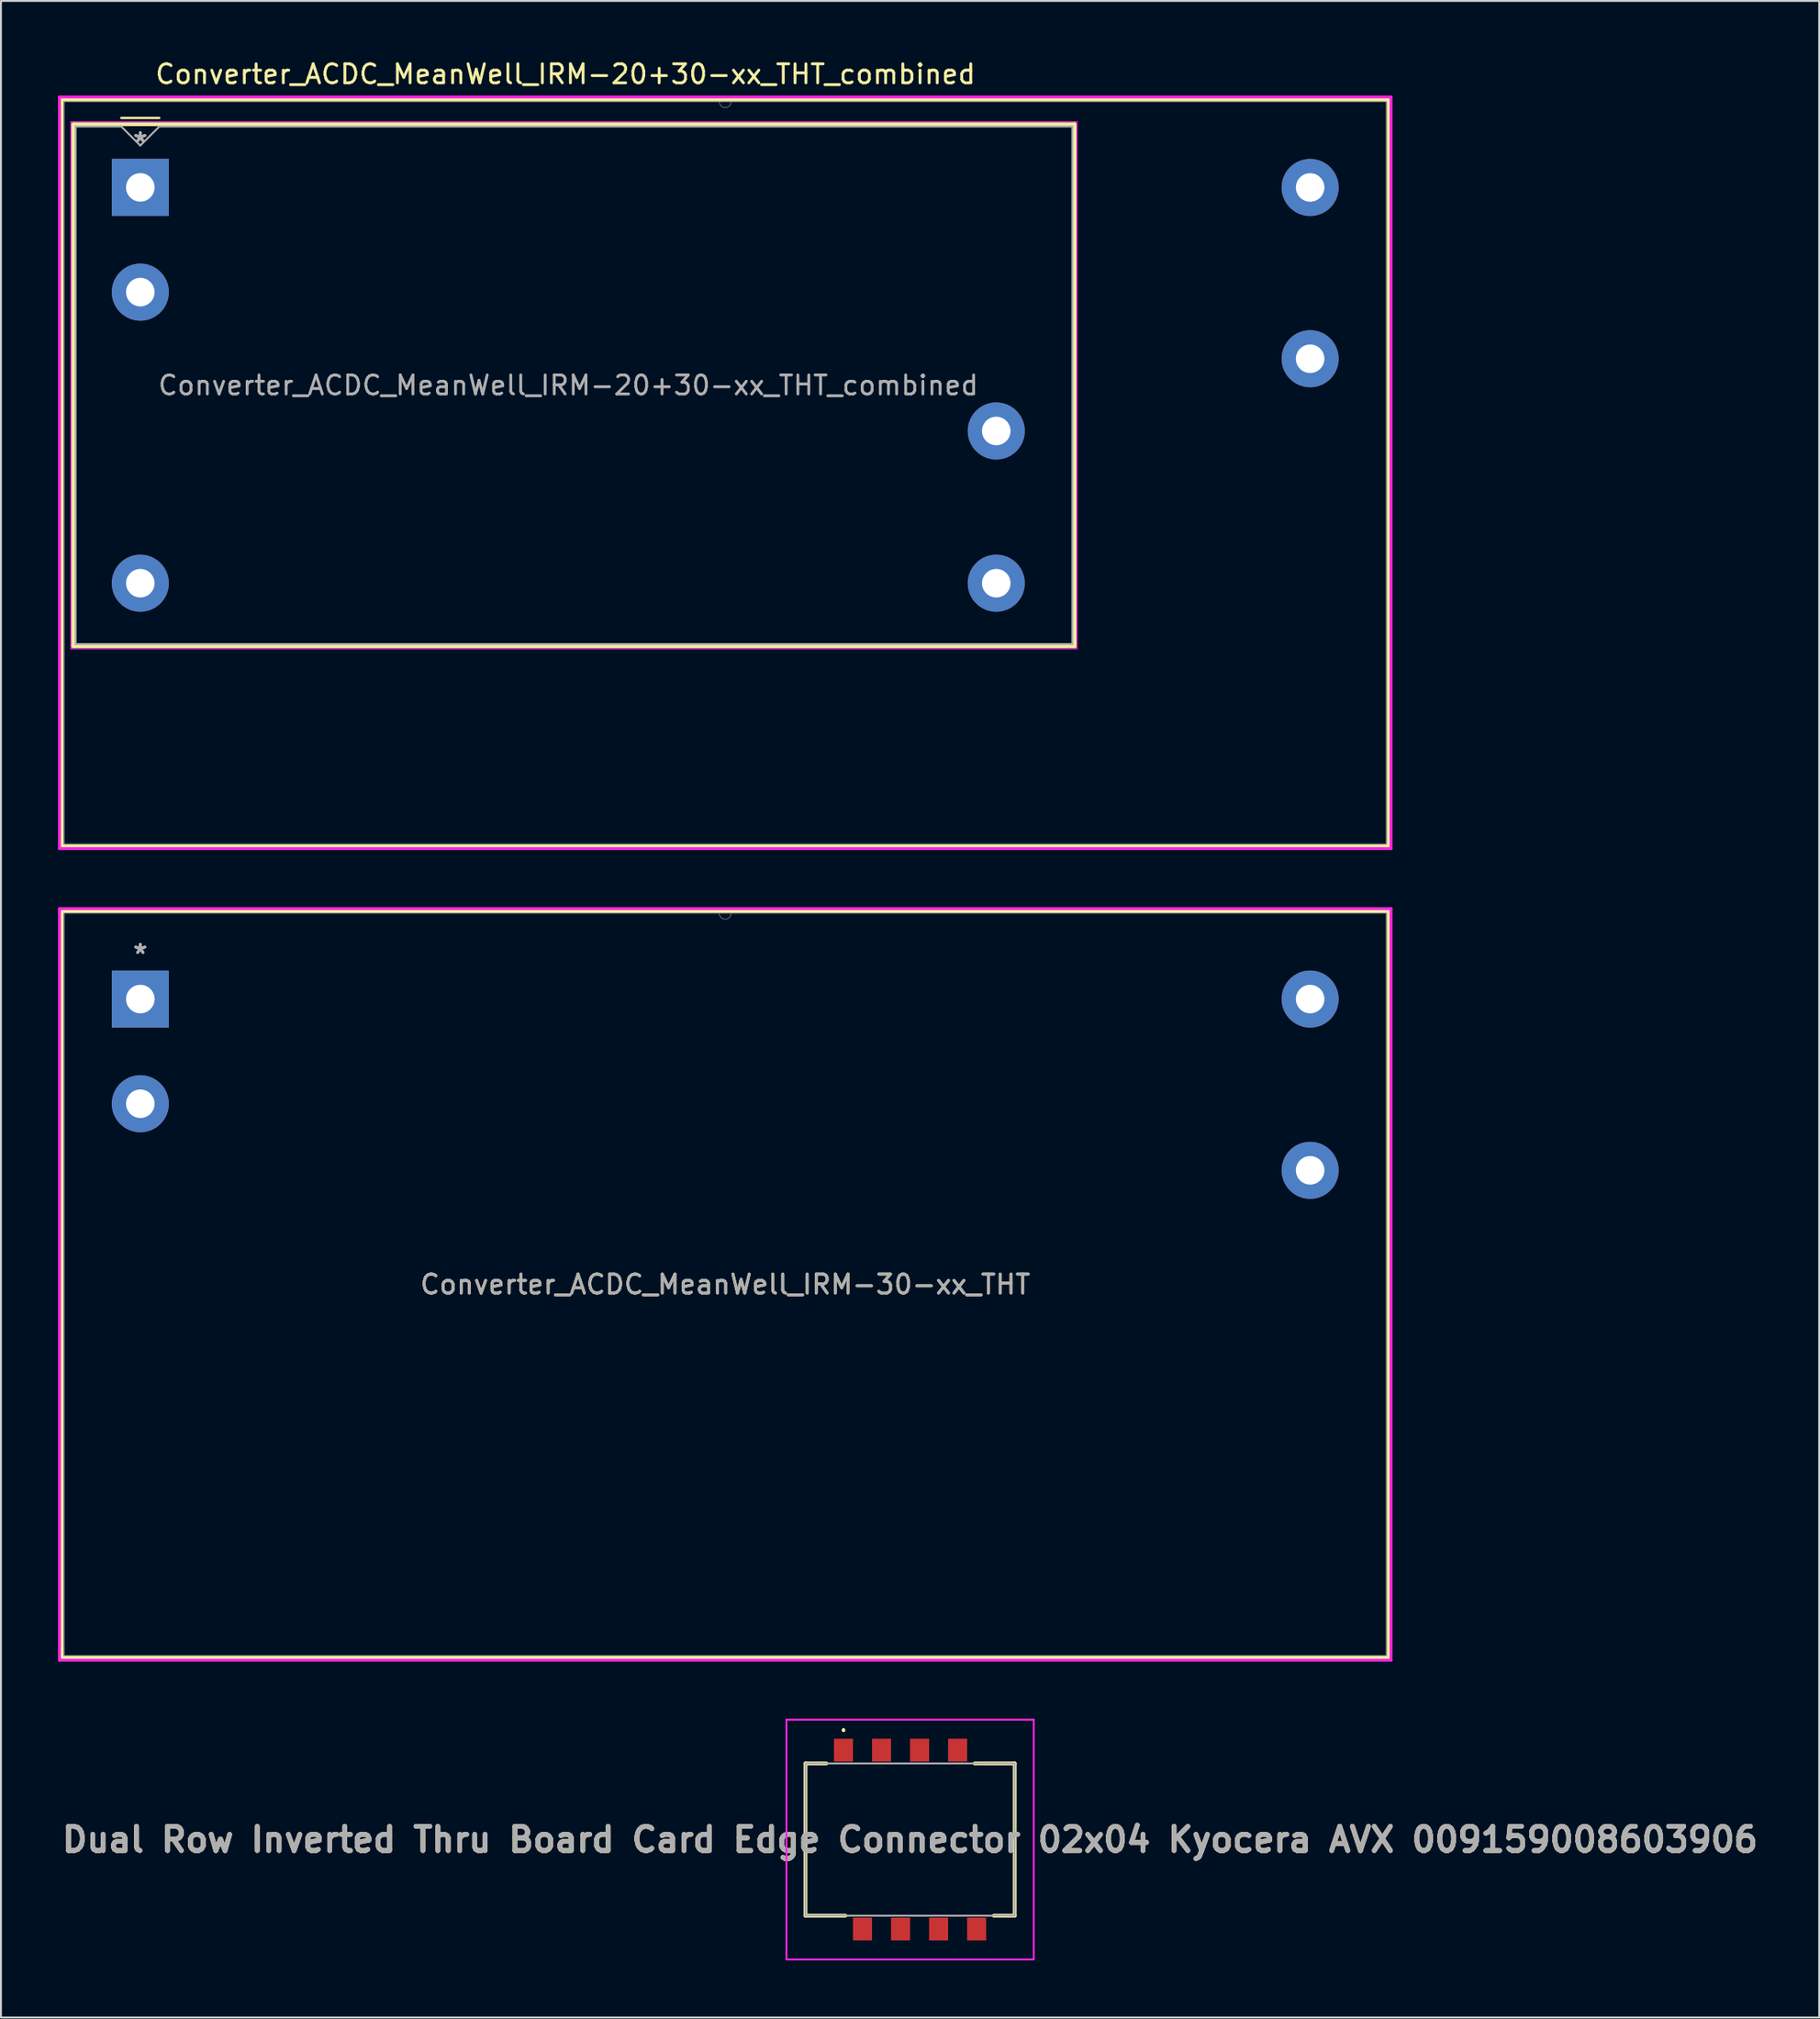
<source format=kicad_pcb>
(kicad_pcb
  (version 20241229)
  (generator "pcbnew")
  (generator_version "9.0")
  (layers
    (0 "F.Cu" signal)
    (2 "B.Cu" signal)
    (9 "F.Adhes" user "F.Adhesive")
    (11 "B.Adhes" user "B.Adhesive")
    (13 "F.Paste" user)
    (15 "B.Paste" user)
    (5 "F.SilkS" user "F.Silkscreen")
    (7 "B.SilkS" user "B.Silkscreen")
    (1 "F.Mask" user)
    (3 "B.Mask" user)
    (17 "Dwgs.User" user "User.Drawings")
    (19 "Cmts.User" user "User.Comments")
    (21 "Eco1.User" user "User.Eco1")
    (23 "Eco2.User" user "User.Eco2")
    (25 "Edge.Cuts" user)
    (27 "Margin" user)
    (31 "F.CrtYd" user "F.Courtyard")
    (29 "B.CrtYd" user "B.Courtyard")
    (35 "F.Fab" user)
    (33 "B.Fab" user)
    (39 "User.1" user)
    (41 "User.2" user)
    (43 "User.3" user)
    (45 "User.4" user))
  (footprint "Dual Row Inverted Thru Board Card Edge Connector 02x04 Kyocera AVX 009159008603906"
    (layer "F.Cu")
    (at 44.795 93.621)
    (property "Reference" "Dual Row Inverted Thru Board Card Edge Connector 02x04 Kyocera AVX 009159008603906" (at 0 0 0) (layer "F.SilkS") (effects (font (size 1.27 1.27) (thickness 0.254))))
    (attr smd)
    (fp_line (start -5.5 -4) (end -5.5 4) (stroke (width 0.2) (type solid)) (layer "F.SilkS"))
    (fp_line (start -5.5 4) (end -3.4 4) (stroke (width 0.2) (type solid)) (layer "F.SilkS"))
    (fp_line (start -4.4 -4) (end -5.5 -4) (stroke (width 0.2) (type solid)) (layer "F.SilkS"))
    (fp_line (start -3.5 -5.8) (end -3.5 -5.8) (stroke (width 0.1) (type solid)) (layer "F.SilkS"))
    (fp_line (start -3.5 -5.7) (end -3.5 -5.7) (stroke (width 0.1) (type solid)) (layer "F.SilkS"))
    (fp_line (start 4.4 4) (end 5.5 4) (stroke (width 0.2) (type solid)) (layer "F.SilkS"))
    (fp_line (start 5.5 -4) (end 3.4 -4) (stroke (width 0.2) (type solid)) (layer "F.SilkS"))
    (fp_line (start 5.5 4) (end 5.5 -4) (stroke (width 0.2) (type solid)) (layer "F.SilkS"))
    (fp_arc (start -3.5 -5.8) (mid -3.45 -5.75) (end -3.5 -5.7) (stroke (width 0.1) (type solid)) (layer "F.SilkS"))
    (fp_arc (start -3.5 -5.7) (mid -3.55 -5.75) (end -3.5 -5.8) (stroke (width 0.1) (type solid)) (layer "F.SilkS"))
    (fp_line (start -6.5 -6.3) (end 6.5 -6.3) (stroke (width 0.1) (type solid)) (layer "F.CrtYd"))
    (fp_line (start -6.5 6.3) (end -6.5 -6.3) (stroke (width 0.1) (type solid)) (layer "F.CrtYd"))
    (fp_line (start 6.5 -6.3) (end 6.5 6.3) (stroke (width 0.1) (type solid)) (layer "F.CrtYd"))
    (fp_line (start 6.5 6.3) (end -6.5 6.3) (stroke (width 0.1) (type solid)) (layer "F.CrtYd"))
    (fp_line (start -5.5 -4) (end 5.5 -4) (stroke (width 0.1) (type solid)) (layer "F.Fab"))
    (fp_line (start -5.5 4) (end -5.5 -4) (stroke (width 0.1) (type solid)) (layer "F.Fab"))
    (fp_line (start 5.5 -4) (end 5.5 4) (stroke (width 0.1) (type solid)) (layer "F.Fab"))
    (fp_line (start 5.5 4) (end -5.5 4) (stroke (width 0.1) (type solid)) (layer "F.Fab"))
    (fp_text user "${REFERENCE}" (at 0 0 0) (layer "F.Fab") (effects (font (size 1.27 1.27) (thickness 0.254))))
    (pad "1" smd rect (at -3.5 -4.7) (size 1 1.2) (layers "F.Cu" "F.Mask" "F.Paste"))
    (pad "2" smd rect (at -2.5 4.7) (size 1 1.2) (layers "F.Cu" "F.Mask" "F.Paste"))
    (pad "3" smd rect (at -1.5 -4.7) (size 1 1.2) (layers "F.Cu" "F.Mask" "F.Paste"))
    (pad "4" smd rect (at -0.5 4.7) (size 1 1.2) (layers "F.Cu" "F.Mask" "F.Paste"))
    (pad "5" smd rect (at 0.5 -4.7) (size 1 1.2) (layers "F.Cu" "F.Mask" "F.Paste"))
    (pad "6" smd rect (at 1.5 4.7) (size 1 1.2) (layers "F.Cu" "F.Mask" "F.Paste"))
    (pad "7" smd rect (at 2.5 -4.7) (size 1 1.2) (layers "F.Cu" "F.Mask" "F.Paste"))
    (pad "8" smd rect (at 3.5 4.7) (size 1 1.2) (layers "F.Cu" "F.Mask" "F.Paste")))
  (footprint "Converter_ACDC_MeanWell_IRM-20+30-xx_THT_combined"
    (layer "F.Cu")
    (at 4.326 6.798)
    (property "Reference" "Converter_ACDC_MeanWell_IRM-20+30-xx_THT_combined" (at 22.35 -5.95 0) (layer "F.SilkS") (effects (font (size 1 1) (thickness 0.15))))
    (attr through_hole)
    (fp_line (start -4.123 -4.623) (end -4.123 34.62) (stroke (width 0.2) (type solid)) (layer "F.SilkS"))
    (fp_line (start -4.123 34.62) (end 65.625 34.62) (stroke (width 0.2) (type solid)) (layer "F.SilkS"))
    (fp_line (start -3.52 -3.32) (end -3.52 24.12) (stroke (width 0.2) (type solid)) (layer "F.SilkS"))
    (fp_line (start -3.52 -3.32) (end 49.12 -3.32) (stroke (width 0.2) (type solid)) (layer "F.SilkS"))
    (fp_line (start -3.52 24.12) (end 49.12 24.12) (stroke (width 0.2) (type solid)) (layer "F.SilkS"))
    (fp_line (start 1 -3.65) (end -1 -3.65) (stroke (width 0.12) (type solid)) (layer "F.SilkS"))
    (fp_line (start 49.12 -3.32) (end 49.12 24.12) (stroke (width 0.2) (type solid)) (layer "F.SilkS"))
    (fp_line (start 65.625 -4.623) (end -4.123 -4.623) (stroke (width 0.2) (type solid)) (layer "F.SilkS"))
    (fp_line (start 65.625 34.62) (end 65.625 -4.623) (stroke (width 0.2) (type solid)) (layer "F.SilkS"))
    (fp_line (start -4.25 -4.75) (end 65.752 -4.75) (stroke (width 0.152) (type solid)) (layer "F.CrtYd"))
    (fp_line (start -4.25 34.747) (end -4.25 -4.75) (stroke (width 0.152) (type solid)) (layer "F.CrtYd"))
    (fp_line (start -3.65 -3.45) (end -3.65 24.25) (stroke (width 0.05) (type solid)) (layer "F.CrtYd"))
    (fp_line (start -3.65 -3.45) (end 49.25 -3.45) (stroke (width 0.05) (type solid)) (layer "F.CrtYd"))
    (fp_line (start -3.65 24.25) (end 49.25 24.25) (stroke (width 0.05) (type solid)) (layer "F.CrtYd"))
    (fp_line (start 49.25 -3.45) (end 49.25 24.25) (stroke (width 0.05) (type solid)) (layer "F.CrtYd"))
    (fp_line (start 65.752 -4.75) (end 65.752 34.747) (stroke (width 0.152) (type solid)) (layer "F.CrtYd"))
    (fp_line (start 65.752 34.747) (end -4.25 34.747) (stroke (width 0.152) (type solid)) (layer "F.CrtYd"))
    (fp_line (start -3.996 -4.496) (end -3.996 34.493) (stroke (width 0.025) (type solid)) (layer "F.Fab"))
    (fp_line (start -3.996 34.493) (end 65.498 34.493) (stroke (width 0.025) (type solid)) (layer "F.Fab"))
    (fp_line (start -3.4 -3.2) (end -3.4 24) (stroke (width 0.1) (type solid)) (layer "F.Fab"))
    (fp_line (start -3.4 24) (end 49 24) (stroke (width 0.1) (type solid)) (layer "F.Fab"))
    (fp_line (start -1 -3.2) (end -3.4 -3.2) (stroke (width 0.1) (type solid)) (layer "F.Fab"))
    (fp_line (start 0 -2.2) (end -1 -3.2) (stroke (width 0.1) (type solid)) (layer "F.Fab"))
    (fp_line (start 1 -3.2) (end 0 -2.2) (stroke (width 0.1) (type solid)) (layer "F.Fab"))
    (fp_line (start 49 -3.2) (end 1 -3.2) (stroke (width 0.1) (type solid)) (layer "F.Fab"))
    (fp_line (start 49 -3.2) (end 49 24) (stroke (width 0.1) (type solid)) (layer "F.Fab"))
    (fp_line (start 65.498 -4.496) (end -3.996 -4.496) (stroke (width 0.025) (type solid)) (layer "F.Fab"))
    (fp_line (start 65.498 34.493) (end 65.498 -4.496) (stroke (width 0.025) (type solid)) (layer "F.Fab"))
    (fp_arc (start 31.056 -4.496) (mid 30.7512 -4.1912) (end 30.4464 -4.496) (stroke (width 0.0254) (type solid)) (layer "F.Fab"))
    (fp_circle (center 0.776 0.004) (end 0.776 0.004) (stroke (width 0.025) (type solid)) (fill no) (layer "F.Fab"))
    (fp_text user "*" (at 0.001 -2.329 0) (layer "F.Fab") (effects (font (size 1 1) (thickness 0.15))))
    (fp_text user "*" (at 0.001 -2.329 0) (unlocked yes) (layer "F.Fab") (effects (font (size 1 1) (thickness 0.15))))
    (fp_text user "${REFERENCE}" (at 22.5 10.4 0) (layer "F.Fab") (effects (font (size 1 1) (thickness 0.15))))
    (pad "1" thru_hole rect (at 0 0) (size 3 3) (drill 1.5) (layers "*.Cu" "*.Mask"))
    (pad "2" thru_hole circle (at 0 20.8) (size 3 3) (drill 1.5) (layers "*.Cu" "*.Mask"))
    (pad "2" thru_hole circle (at 0.001 5.504) (size 3 3) (drill 1.5) (layers "*.Cu" "*.Mask"))
    (pad "3" thru_hole circle (at 45 12.8) (size 3 3) (drill 1.5) (layers "*.Cu" "*.Mask"))
    (pad "3" thru_hole circle (at 61.501 9.004) (size 3 3) (drill 1.5) (layers "*.Cu" "*.Mask"))
    (pad "4" thru_hole circle (at 45 20.8) (size 3 3) (drill 1.5) (layers "*.Cu" "*.Mask"))
    (pad "4" thru_hole circle (at 61.501 0.004) (size 3 3) (drill 1.5) (layers "*.Cu" "*.Mask")))
  (footprint "Converter_ACDC_MeanWell_IRM-30-xx_THT"
    (layer "F.Cu")
    (at 4.327 49.452)
    (property "Reference" "Converter_ACDC_MeanWell_IRM-30-xx_THT" (at 30.75 14.994 0) (unlocked yes) (layer "F.SilkS") (effects (font (size 1 1) (thickness 0.15))))
    (attr through_hole)
    (fp_line (start -4.124 -4.627) (end -4.124 34.616) (stroke (width 0.2) (type solid)) (layer "F.SilkS"))
    (fp_line (start -4.124 34.616) (end 65.624 34.616) (stroke (width 0.2) (type solid)) (layer "F.SilkS"))
    (fp_line (start 65.624 -4.627) (end -4.124 -4.627) (stroke (width 0.2) (type solid)) (layer "F.SilkS"))
    (fp_line (start 65.624 34.616) (end 65.624 -4.627) (stroke (width 0.2) (type solid)) (layer "F.SilkS"))
    (fp_line (start -4.251 -4.754) (end 65.751 -4.754) (stroke (width 0.152) (type solid)) (layer "F.CrtYd"))
    (fp_line (start -4.251 34.743) (end -4.251 -4.754) (stroke (width 0.152) (type solid)) (layer "F.CrtYd"))
    (fp_line (start 65.751 -4.754) (end 65.751 34.743) (stroke (width 0.152) (type solid)) (layer "F.CrtYd"))
    (fp_line (start 65.751 34.743) (end -4.251 34.743) (stroke (width 0.152) (type solid)) (layer "F.CrtYd"))
    (fp_line (start -3.997 -4.5) (end -3.997 34.489) (stroke (width 0.025) (type solid)) (layer "F.Fab"))
    (fp_line (start -3.997 34.489) (end 65.497 34.489) (stroke (width 0.025) (type solid)) (layer "F.Fab"))
    (fp_line (start 65.497 -4.5) (end -3.997 -4.5) (stroke (width 0.025) (type solid)) (layer "F.Fab"))
    (fp_line (start 65.497 34.489) (end 65.497 -4.5) (stroke (width 0.025) (type solid)) (layer "F.Fab"))
    (fp_arc (start 31.054802 -4.500001) (mid 30.750002 -4.195201) (end 30.445202 -4.500001) (stroke (width 0.0254) (type solid)) (layer "F.Fab"))
    (fp_circle (center 0.775 0) (end 0.775 0) (stroke (width 0.025) (type solid)) (fill no) (layer "F.Fab"))
    (fp_text user "*" (at 0 -2.333 0) (layer "F.Fab") (effects (font (size 1 1) (thickness 0.15))))
    (fp_text user "*" (at 0 -2.333 0) (unlocked yes) (layer "F.Fab") (effects (font (size 1 1) (thickness 0.15))))
    (fp_text user "${REFERENCE}" (at 30.75 14.994 0) (unlocked yes) (layer "F.Fab") (effects (font (size 1 1) (thickness 0.15))))
    (pad "1" thru_hole rect (at 0 0) (size 3 3) (drill 1.5) (layers "*.Cu" "*.Mask"))
    (pad "2" thru_hole circle (at 0 5.5) (size 3 3) (drill 1.5) (layers "*.Cu" "*.Mask"))
    (pad "3" thru_hole circle (at 61.5 9) (size 3 3) (drill 1.5) (layers "*.Cu" "*.Mask"))
    (pad "4" thru_hole circle (at 61.5 0) (size 3 3) (drill 1.5) (layers "*.Cu" "*.Mask")))
  (gr_rect
    (start -3 -3)
    (end 92.589 102.971)
    (stroke (width 0.1) (type default))
    (fill no)
    (layer "Edge.Cuts")))
</source>
